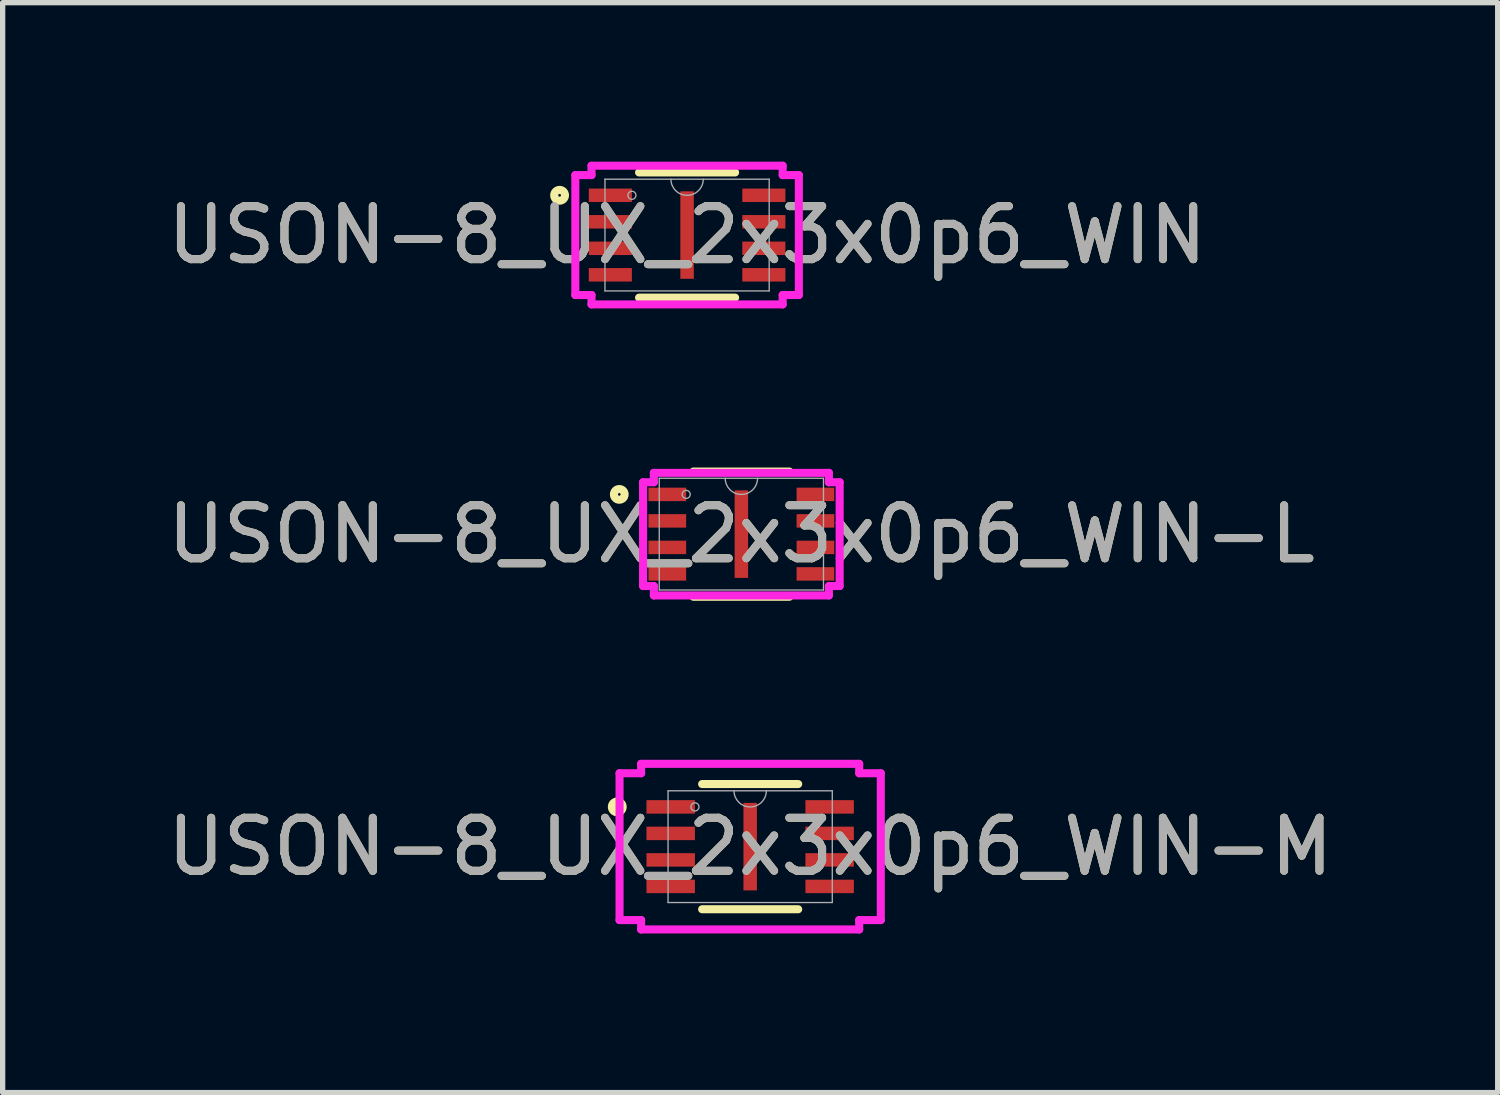
<source format=kicad_pcb>
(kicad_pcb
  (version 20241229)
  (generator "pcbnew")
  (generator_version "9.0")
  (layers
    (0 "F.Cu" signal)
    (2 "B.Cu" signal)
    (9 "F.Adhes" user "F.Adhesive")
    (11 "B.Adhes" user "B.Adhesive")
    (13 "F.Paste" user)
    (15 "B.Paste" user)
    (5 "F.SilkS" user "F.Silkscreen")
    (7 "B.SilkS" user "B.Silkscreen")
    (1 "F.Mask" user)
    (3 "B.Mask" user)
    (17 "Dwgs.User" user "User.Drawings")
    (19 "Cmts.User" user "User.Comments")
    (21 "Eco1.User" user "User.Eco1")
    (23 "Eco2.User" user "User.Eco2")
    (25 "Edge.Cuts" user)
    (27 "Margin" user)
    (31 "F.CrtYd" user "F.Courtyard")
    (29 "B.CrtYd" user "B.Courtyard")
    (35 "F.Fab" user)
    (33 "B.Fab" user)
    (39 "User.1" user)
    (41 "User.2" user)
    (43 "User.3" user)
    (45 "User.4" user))
  (footprint "USON-8_UX_2x3x0p6_WIN"
    (layer "F.Cu")
    (at 9.911 1.384)
    (property "Reference" "USON-8_UX_2x3x0p6_WIN" (at 0 0 0) (unlocked yes) (layer "F.SilkS") (effects (font (size 1 1) (thickness 0.15))))
    (attr smd)
    (fp_line (start -0.906 1.181) (end 0.906 1.181) (stroke (width 0.152) (type solid)) (layer "F.SilkS"))
    (fp_line (start 0.906 -1.181) (end -0.906 -1.181) (stroke (width 0.152) (type solid)) (layer "F.SilkS"))
    (fp_circle (center -2.405 -0.75) (end -2.303 -0.75) (stroke (width 0.152) (type solid)) (fill no) (layer "F.SilkS"))
    (fp_line (start -2.108 -1.131) (end -1.803 -1.131) (stroke (width 0.152) (type solid)) (layer "F.CrtYd"))
    (fp_line (start -2.108 1.131) (end -2.108 -1.131) (stroke (width 0.152) (type solid)) (layer "F.CrtYd"))
    (fp_line (start -2.108 1.131) (end -1.803 1.131) (stroke (width 0.152) (type solid)) (layer "F.CrtYd"))
    (fp_line (start -1.803 -1.308) (end 1.803 -1.308) (stroke (width 0.152) (type solid)) (layer "F.CrtYd"))
    (fp_line (start -1.803 -1.131) (end -1.803 -1.308) (stroke (width 0.152) (type solid)) (layer "F.CrtYd"))
    (fp_line (start -1.803 1.308) (end -1.803 1.131) (stroke (width 0.152) (type solid)) (layer "F.CrtYd"))
    (fp_line (start 1.803 -1.308) (end 1.803 -1.131) (stroke (width 0.152) (type solid)) (layer "F.CrtYd"))
    (fp_line (start 1.803 1.131) (end 1.803 1.308) (stroke (width 0.152) (type solid)) (layer "F.CrtYd"))
    (fp_line (start 1.803 1.308) (end -1.803 1.308) (stroke (width 0.152) (type solid)) (layer "F.CrtYd"))
    (fp_line (start 2.108 -1.131) (end 1.803 -1.131) (stroke (width 0.152) (type solid)) (layer "F.CrtYd"))
    (fp_line (start 2.108 -1.131) (end 2.108 1.131) (stroke (width 0.152) (type solid)) (layer "F.CrtYd"))
    (fp_line (start 2.108 1.131) (end 1.803 1.131) (stroke (width 0.152) (type solid)) (layer "F.CrtYd"))
    (fp_line (start -1.549 -1.054) (end -1.549 1.054) (stroke (width 0.025) (type solid)) (layer "F.Fab"))
    (fp_line (start -1.549 1.054) (end 1.549 1.054) (stroke (width 0.025) (type solid)) (layer "F.Fab"))
    (fp_line (start 1.549 -1.054) (end -1.549 -1.054) (stroke (width 0.025) (type solid)) (layer "F.Fab"))
    (fp_line (start 1.549 1.054) (end 1.549 -1.054) (stroke (width 0.025) (type solid)) (layer "F.Fab"))
    (fp_arc (start 0.3048 -1.0541) (mid 0 -0.7493) (end -0.3048 -1.0541) (stroke (width 0.0254) (type solid)) (layer "F.Fab"))
    (fp_circle (center -1.041 -0.75) (end -0.965 -0.75) (stroke (width 0.025) (type solid)) (fill no) (layer "F.Fab"))
    (fp_text user "${REFERENCE}" (at 0 0 0) (unlocked yes) (layer "F.Fab") (effects (font (size 1 1) (thickness 0.15))))
    (pad "1" smd rect (at -1.448 -0.75) (size 0.813 0.254) (layers "F.Cu" "F.Mask" "F.Paste"))
    (pad "2" smd rect (at -1.448 -0.25) (size 0.813 0.254) (layers "F.Cu" "F.Mask" "F.Paste"))
    (pad "3" smd rect (at -1.448 0.25) (size 0.813 0.254) (layers "F.Cu" "F.Mask" "F.Paste"))
    (pad "4" smd rect (at -1.448 0.75) (size 0.813 0.254) (layers "F.Cu" "F.Mask" "F.Paste"))
    (pad "5" smd rect (at 1.448 0.75) (size 0.813 0.254) (layers "F.Cu" "F.Mask" "F.Paste"))
    (pad "6" smd rect (at 1.448 0.25) (size 0.813 0.254) (layers "F.Cu" "F.Mask" "F.Paste"))
    (pad "7" smd rect (at 1.448 -0.25) (size 0.813 0.254) (layers "F.Cu" "F.Mask" "F.Paste"))
    (pad "8" smd rect (at 1.448 -0.75) (size 0.813 0.254) (layers "F.Cu" "F.Mask" "F.Paste"))
    (pad "9" smd rect (at 0 0) (size 0.254 1.651) (layers "F.Cu" "F.Mask" "F.Paste")))
  (footprint "USON-8_UX_2x3x0p6_WIN-M"
    (layer "F.Cu")
    (at 11.101 12.921)
    (property "Reference" "USON-8_UX_2x3x0p6_WIN-M" (at 0 0 0) (unlocked yes) (layer "F.SilkS") (effects (font (size 1 1) (thickness 0.15))))
    (attr smd)
    (fp_line (start -0.906 1.181) (end 0.906 1.181) (stroke (width 0.152) (type solid)) (layer "F.SilkS"))
    (fp_line (start 0.906 -1.181) (end -0.906 -1.181) (stroke (width 0.152) (type solid)) (layer "F.SilkS"))
    (fp_circle (center -2.507 -0.75) (end -2.405 -0.75) (stroke (width 0.152) (type solid)) (fill no) (layer "F.SilkS"))
    (fp_line (start -2.464 -1.385) (end -2.057 -1.385) (stroke (width 0.152) (type solid)) (layer "F.CrtYd"))
    (fp_line (start -2.464 1.385) (end -2.464 -1.385) (stroke (width 0.152) (type solid)) (layer "F.CrtYd"))
    (fp_line (start -2.464 1.385) (end -2.057 1.385) (stroke (width 0.152) (type solid)) (layer "F.CrtYd"))
    (fp_line (start -2.057 -1.562) (end 2.057 -1.562) (stroke (width 0.152) (type solid)) (layer "F.CrtYd"))
    (fp_line (start -2.057 -1.385) (end -2.057 -1.562) (stroke (width 0.152) (type solid)) (layer "F.CrtYd"))
    (fp_line (start -2.057 1.562) (end -2.057 1.385) (stroke (width 0.152) (type solid)) (layer "F.CrtYd"))
    (fp_line (start 2.057 -1.562) (end 2.057 -1.385) (stroke (width 0.152) (type solid)) (layer "F.CrtYd"))
    (fp_line (start 2.057 1.385) (end 2.057 1.562) (stroke (width 0.152) (type solid)) (layer "F.CrtYd"))
    (fp_line (start 2.057 1.562) (end -2.057 1.562) (stroke (width 0.152) (type solid)) (layer "F.CrtYd"))
    (fp_line (start 2.464 -1.385) (end 2.057 -1.385) (stroke (width 0.152) (type solid)) (layer "F.CrtYd"))
    (fp_line (start 2.464 -1.385) (end 2.464 1.385) (stroke (width 0.152) (type solid)) (layer "F.CrtYd"))
    (fp_line (start 2.464 1.385) (end 2.057 1.385) (stroke (width 0.152) (type solid)) (layer "F.CrtYd"))
    (fp_line (start -1.549 -1.054) (end -1.549 1.054) (stroke (width 0.025) (type solid)) (layer "F.Fab"))
    (fp_line (start -1.549 1.054) (end 1.549 1.054) (stroke (width 0.025) (type solid)) (layer "F.Fab"))
    (fp_line (start 1.549 -1.054) (end -1.549 -1.054) (stroke (width 0.025) (type solid)) (layer "F.Fab"))
    (fp_line (start 1.549 1.054) (end 1.549 -1.054) (stroke (width 0.025) (type solid)) (layer "F.Fab"))
    (fp_arc (start 0.3048 -1.0541) (mid 0 -0.7493) (end -0.3048 -1.0541) (stroke (width 0.0254) (type solid)) (layer "F.Fab"))
    (fp_circle (center -1.041 -0.75) (end -0.965 -0.75) (stroke (width 0.025) (type solid)) (fill no) (layer "F.Fab"))
    (fp_text user "${REFERENCE}" (at 0 0 0) (unlocked yes) (layer "F.Fab") (effects (font (size 1 1) (thickness 0.15))))
    (pad "1" smd rect (at -1.499 -0.75) (size 0.914 0.254) (layers "F.Cu" "F.Mask" "F.Paste"))
    (pad "2" smd rect (at -1.499 -0.25) (size 0.914 0.254) (layers "F.Cu" "F.Mask" "F.Paste"))
    (pad "3" smd rect (at -1.499 0.25) (size 0.914 0.254) (layers "F.Cu" "F.Mask" "F.Paste"))
    (pad "4" smd rect (at -1.499 0.75) (size 0.914 0.254) (layers "F.Cu" "F.Mask" "F.Paste"))
    (pad "5" smd rect (at 1.499 0.75) (size 0.914 0.254) (layers "F.Cu" "F.Mask" "F.Paste"))
    (pad "6" smd rect (at 1.499 0.25) (size 0.914 0.254) (layers "F.Cu" "F.Mask" "F.Paste"))
    (pad "7" smd rect (at 1.499 -0.25) (size 0.914 0.254) (layers "F.Cu" "F.Mask" "F.Paste"))
    (pad "8" smd rect (at 1.499 -0.75) (size 0.914 0.254) (layers "F.Cu" "F.Mask" "F.Paste"))
    (pad "9" smd rect (at 0 0) (size 0.254 1.651) (layers "F.Cu" "F.Mask" "F.Paste")))
  (footprint "USON-8_UX_2x3x0p6_WIN-L"
    (layer "F.Cu")
    (at 10.935 7.026)
    (property "Reference" "USON-8_UX_2x3x0p6_WIN-L" (at 0 0 0) (unlocked yes) (layer "F.SilkS") (effects (font (size 1 1) (thickness 0.15))))
    (attr smd)
    (fp_line (start -0.906 1.181) (end 0.906 1.181) (stroke (width 0.152) (type solid)) (layer "F.SilkS"))
    (fp_line (start 0.906 -1.181) (end -0.906 -1.181) (stroke (width 0.152) (type solid)) (layer "F.SilkS"))
    (fp_circle (center -2.303 -0.75) (end -2.202 -0.75) (stroke (width 0.152) (type solid)) (fill no) (layer "F.SilkS"))
    (fp_line (start -1.854 -0.979) (end -1.651 -0.979) (stroke (width 0.152) (type solid)) (layer "F.CrtYd"))
    (fp_line (start -1.854 0.979) (end -1.854 -0.979) (stroke (width 0.152) (type solid)) (layer "F.CrtYd"))
    (fp_line (start -1.854 0.979) (end -1.651 0.979) (stroke (width 0.152) (type solid)) (layer "F.CrtYd"))
    (fp_line (start -1.651 -1.156) (end 1.651 -1.156) (stroke (width 0.152) (type solid)) (layer "F.CrtYd"))
    (fp_line (start -1.651 -0.979) (end -1.651 -1.156) (stroke (width 0.152) (type solid)) (layer "F.CrtYd"))
    (fp_line (start -1.651 1.156) (end -1.651 0.979) (stroke (width 0.152) (type solid)) (layer "F.CrtYd"))
    (fp_line (start 1.651 -1.156) (end 1.651 -0.979) (stroke (width 0.152) (type solid)) (layer "F.CrtYd"))
    (fp_line (start 1.651 0.979) (end 1.651 1.156) (stroke (width 0.152) (type solid)) (layer "F.CrtYd"))
    (fp_line (start 1.651 1.156) (end -1.651 1.156) (stroke (width 0.152) (type solid)) (layer "F.CrtYd"))
    (fp_line (start 1.854 -0.979) (end 1.651 -0.979) (stroke (width 0.152) (type solid)) (layer "F.CrtYd"))
    (fp_line (start 1.854 -0.979) (end 1.854 0.979) (stroke (width 0.152) (type solid)) (layer "F.CrtYd"))
    (fp_line (start 1.854 0.979) (end 1.651 0.979) (stroke (width 0.152) (type solid)) (layer "F.CrtYd"))
    (fp_line (start -1.549 -1.054) (end -1.549 1.054) (stroke (width 0.025) (type solid)) (layer "F.Fab"))
    (fp_line (start -1.549 1.054) (end 1.549 1.054) (stroke (width 0.025) (type solid)) (layer "F.Fab"))
    (fp_line (start 1.549 -1.054) (end -1.549 -1.054) (stroke (width 0.025) (type solid)) (layer "F.Fab"))
    (fp_line (start 1.549 1.054) (end 1.549 -1.054) (stroke (width 0.025) (type solid)) (layer "F.Fab"))
    (fp_arc (start 0.3048 -1.0541) (mid 0 -0.7493) (end -0.3048 -1.0541) (stroke (width 0.0254) (type solid)) (layer "F.Fab"))
    (fp_circle (center -1.041 -0.75) (end -0.965 -0.75) (stroke (width 0.025) (type solid)) (fill no) (layer "F.Fab"))
    (fp_text user "${REFERENCE}" (at 0 0 0) (unlocked yes) (layer "F.Fab") (effects (font (size 1 1) (thickness 0.15))))
    (pad "1" smd rect (at -1.397 -0.75) (size 0.711 0.254) (layers "F.Cu" "F.Mask" "F.Paste"))
    (pad "2" smd rect (at -1.397 -0.25) (size 0.711 0.254) (layers "F.Cu" "F.Mask" "F.Paste"))
    (pad "3" smd rect (at -1.397 0.25) (size 0.711 0.254) (layers "F.Cu" "F.Mask" "F.Paste"))
    (pad "4" smd rect (at -1.397 0.75) (size 0.711 0.254) (layers "F.Cu" "F.Mask" "F.Paste"))
    (pad "5" smd rect (at 1.397 0.75) (size 0.711 0.254) (layers "F.Cu" "F.Mask" "F.Paste"))
    (pad "6" smd rect (at 1.397 0.25) (size 0.711 0.254) (layers "F.Cu" "F.Mask" "F.Paste"))
    (pad "7" smd rect (at 1.397 -0.25) (size 0.711 0.254) (layers "F.Cu" "F.Mask" "F.Paste"))
    (pad "8" smd rect (at 1.397 -0.75) (size 0.711 0.254) (layers "F.Cu" "F.Mask" "F.Paste"))
    (pad "9" smd rect (at 0 0) (size 0.254 1.651) (layers "F.Cu" "F.Mask" "F.Paste")))
  (gr_rect
    (start -3 -3)
    (end 25.202 17.56)
    (stroke (width 0.1) (type default))
    (fill no)
    (layer "Edge.Cuts")))
</source>
